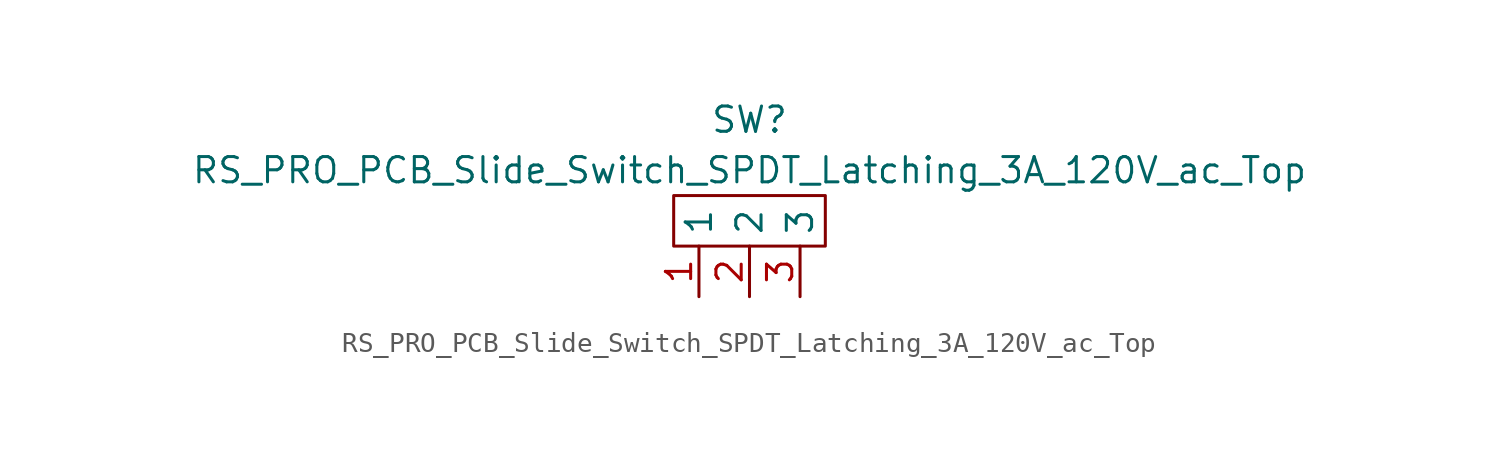
<source format=kicad_sym>
(kicad_symbol_lib
  (version 20211014)
  (generator kicad_symbol_editor)
  (symbol "RS_PRO_PCB_Slide_Switch_SPDT_Latching_3A_120V_ac_Top"
    (property "Reference" "SW"
      (at 0 5.08 0)
      (effects (font (size 1.27 1.27))))
    (property "Value" "RS_PRO_PCB_Slide_Switch_SPDT_Latching_3A_120V_ac_Top"
      (at 0 2.54 0)
      (effects (font (size 1.27 1.27))))
    (symbol "RS_PRO_PCB_Slide_Switch_SPDT_Latching_3A_120V_ac_Top_0_1"
      (rectangle (start -3.81 -1.27) (end 3.81 1.27) (stroke (width 0.152) (type default) (color 0 0 0 0)) (fill (type none))))
    (symbol "RS_PRO_PCB_Slide_Switch_SPDT_Latching_3A_120V_ac_Top_1_1"
      (pin passive line (at -2.54 -3.81 90) (length 2.54) (name "1" (effects (font (size 1.27 1.27)))) (number "1" (effects (font (size 1.27 1.27)))))
      (pin passive line (at 0 -3.81 90) (length 2.54) (name "2" (effects (font (size 1.27 1.27)))) (number "2" (effects (font (size 1.27 1.27)))))
      (pin passive line (at 2.54 -3.81 90) (length 2.54) (name "3" (effects (font (size 1.27 1.27)))) (number "3" (effects (font (size 1.27 1.27))))))))
</source>
